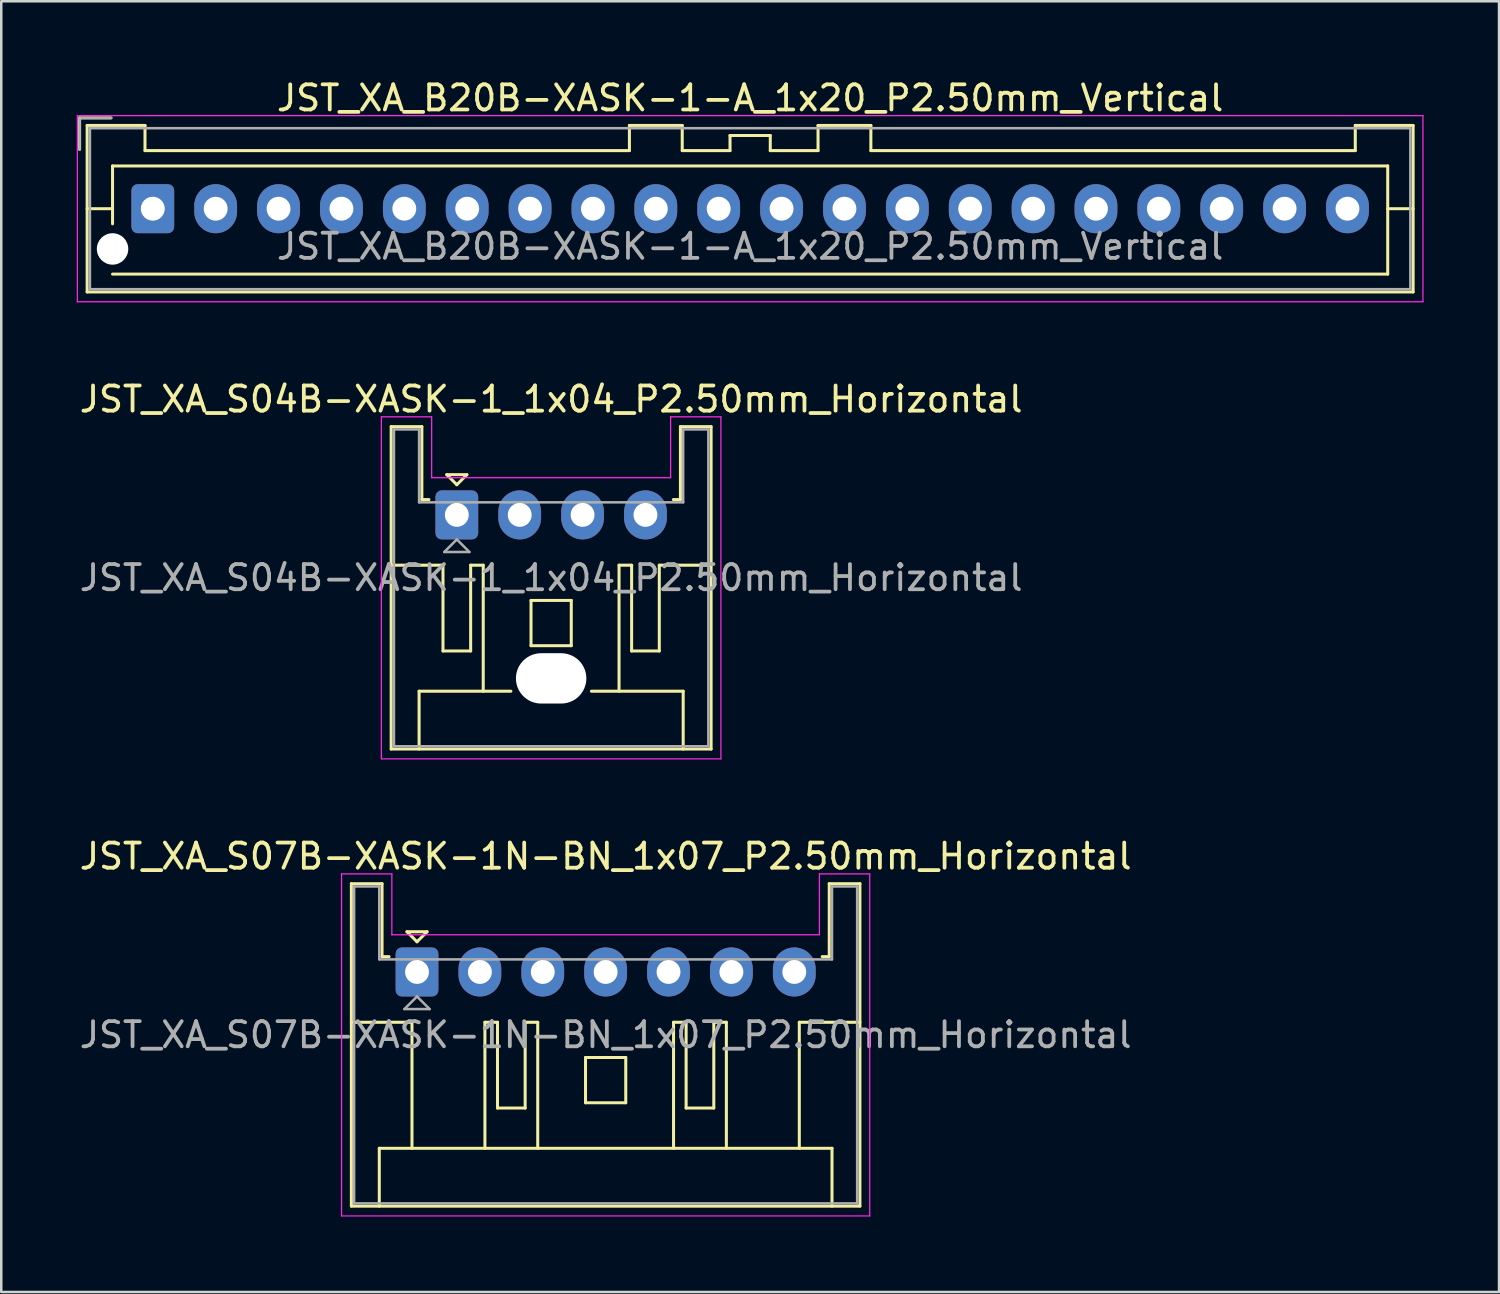
<source format=kicad_pcb>
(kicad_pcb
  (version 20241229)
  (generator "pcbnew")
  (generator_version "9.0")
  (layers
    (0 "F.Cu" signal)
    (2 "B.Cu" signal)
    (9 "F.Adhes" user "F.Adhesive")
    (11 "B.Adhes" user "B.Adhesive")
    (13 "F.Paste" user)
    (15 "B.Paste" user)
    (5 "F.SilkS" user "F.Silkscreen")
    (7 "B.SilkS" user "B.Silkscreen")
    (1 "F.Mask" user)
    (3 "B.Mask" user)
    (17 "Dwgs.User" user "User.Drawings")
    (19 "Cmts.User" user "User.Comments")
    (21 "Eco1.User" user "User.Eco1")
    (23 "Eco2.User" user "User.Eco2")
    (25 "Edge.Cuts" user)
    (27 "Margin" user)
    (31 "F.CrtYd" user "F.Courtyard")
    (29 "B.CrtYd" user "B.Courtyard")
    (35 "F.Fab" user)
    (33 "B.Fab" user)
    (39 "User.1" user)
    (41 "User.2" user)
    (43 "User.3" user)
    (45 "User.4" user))
  (footprint "JST_XA_B20B-XASK-1-A_1x20_P2.50mm_Vertical"
    (layer "F.Cu")
    (at 3.025 5.248)
    (property "Reference" "JST_XA_B20B-XASK-1-A_1x20_P2.50mm_Vertical" (at 23.75 -4.4 0) (layer "F.SilkS") (effects (font (size 1 1) (thickness 0.15))))
    (attr through_hole)
    (fp_line (start -2.91 -3.61) (end -2.91 -2.36) (stroke (width 0.12) (type solid)) (layer "F.SilkS"))
    (fp_line (start -2.61 -3.31) (end -2.61 3.31) (stroke (width 0.12) (type solid)) (layer "F.SilkS"))
    (fp_line (start -2.61 0) (end -1.6 0) (stroke (width 0.12) (type solid)) (layer "F.SilkS"))
    (fp_line (start -2.61 3.31) (end 50.11 3.31) (stroke (width 0.12) (type solid)) (layer "F.SilkS"))
    (fp_line (start -1.66 -3.61) (end -2.91 -3.61) (stroke (width 0.12) (type solid)) (layer "F.SilkS"))
    (fp_line (start -1.6 -1.7) (end 49.1 -1.7) (stroke (width 0.12) (type solid)) (layer "F.SilkS"))
    (fp_line (start -1.6 0.6) (end -1.6 -1.7) (stroke (width 0.12) (type solid)) (layer "F.SilkS"))
    (fp_line (start -0.31 -3.31) (end -2.61 -3.31) (stroke (width 0.12) (type solid)) (layer "F.SilkS"))
    (fp_line (start -0.31 -2.31) (end -0.31 -3.31) (stroke (width 0.12) (type solid)) (layer "F.SilkS"))
    (fp_line (start 18.95 -3.31) (end 18.95 -2.31) (stroke (width 0.12) (type solid)) (layer "F.SilkS"))
    (fp_line (start 18.95 -2.31) (end -0.31 -2.31) (stroke (width 0.12) (type solid)) (layer "F.SilkS"))
    (fp_line (start 21.05 -3.31) (end 18.95 -3.31) (stroke (width 0.12) (type solid)) (layer "F.SilkS"))
    (fp_line (start 21.05 -2.31) (end 21.05 -3.31) (stroke (width 0.12) (type solid)) (layer "F.SilkS"))
    (fp_line (start 22.95 -2.91) (end 22.95 -2.31) (stroke (width 0.12) (type solid)) (layer "F.SilkS"))
    (fp_line (start 22.95 -2.31) (end 21.05 -2.31) (stroke (width 0.12) (type solid)) (layer "F.SilkS"))
    (fp_line (start 24.55 -2.91) (end 22.95 -2.91) (stroke (width 0.12) (type solid)) (layer "F.SilkS"))
    (fp_line (start 24.55 -2.31) (end 24.55 -2.91) (stroke (width 0.12) (type solid)) (layer "F.SilkS"))
    (fp_line (start 26.45 -3.31) (end 26.45 -2.31) (stroke (width 0.12) (type solid)) (layer "F.SilkS"))
    (fp_line (start 26.45 -2.31) (end 24.55 -2.31) (stroke (width 0.12) (type solid)) (layer "F.SilkS"))
    (fp_line (start 28.55 -3.31) (end 26.45 -3.31) (stroke (width 0.12) (type solid)) (layer "F.SilkS"))
    (fp_line (start 28.55 -2.31) (end 28.55 -3.31) (stroke (width 0.12) (type solid)) (layer "F.SilkS"))
    (fp_line (start 47.81 -3.31) (end 47.81 -2.31) (stroke (width 0.12) (type solid)) (layer "F.SilkS"))
    (fp_line (start 47.81 -2.31) (end 28.55 -2.31) (stroke (width 0.12) (type solid)) (layer "F.SilkS"))
    (fp_line (start 49.1 -1.7) (end 49.1 2.6) (stroke (width 0.12) (type solid)) (layer "F.SilkS"))
    (fp_line (start 49.1 2.6) (end -1.6 2.6) (stroke (width 0.12) (type solid)) (layer "F.SilkS"))
    (fp_line (start 50.11 -3.31) (end 47.81 -3.31) (stroke (width 0.12) (type solid)) (layer "F.SilkS"))
    (fp_line (start 50.11 0) (end 49.1 0) (stroke (width 0.12) (type solid)) (layer "F.SilkS"))
    (fp_line (start 50.11 3.31) (end 50.11 -3.31) (stroke (width 0.12) (type solid)) (layer "F.SilkS"))
    (fp_line (start -3 -3.7) (end -3 3.7) (stroke (width 0.05) (type solid)) (layer "F.CrtYd"))
    (fp_line (start -3 3.7) (end 50.5 3.7) (stroke (width 0.05) (type solid)) (layer "F.CrtYd"))
    (fp_line (start 50.5 -3.7) (end -3 -3.7) (stroke (width 0.05) (type solid)) (layer "F.CrtYd"))
    (fp_line (start 50.5 3.7) (end 50.5 -3.7) (stroke (width 0.05) (type solid)) (layer "F.CrtYd"))
    (fp_line (start -2.91 -3.61) (end -2.91 -2.36) (stroke (width 0.1) (type solid)) (layer "F.Fab"))
    (fp_line (start -2.5 -3.2) (end -2.5 3.2) (stroke (width 0.1) (type solid)) (layer "F.Fab"))
    (fp_line (start -2.5 3.2) (end 50 3.2) (stroke (width 0.1) (type solid)) (layer "F.Fab"))
    (fp_line (start -1.66 -3.61) (end -2.91 -3.61) (stroke (width 0.1) (type solid)) (layer "F.Fab"))
    (fp_line (start 50 -3.2) (end -2.5 -3.2) (stroke (width 0.1) (type solid)) (layer "F.Fab"))
    (fp_line (start 50 3.2) (end 50 -3.2) (stroke (width 0.1) (type solid)) (layer "F.Fab"))
    (fp_text user "${REFERENCE}" (at 23.75 1.5 0) (layer "F.Fab") (effects (font (size 1 1) (thickness 0.15))))
    (pad "" np_thru_hole circle (at -1.6 1.6) (size 1.25 1.25) (drill 1.25) (layers "*.Cu" "*.Mask"))
    (pad "1" thru_hole roundrect (at 0 0) (size 1.7 1.95) (drill 0.95) (layers "*.Cu" "*.Mask") (roundrect_rratio 0.147))
    (pad "2" thru_hole oval (at 2.5 0) (size 1.7 1.95) (drill 0.95) (layers "*.Cu" "*.Mask"))
    (pad "3" thru_hole oval (at 5 0) (size 1.7 1.95) (drill 0.95) (layers "*.Cu" "*.Mask"))
    (pad "4" thru_hole oval (at 7.5 0) (size 1.7 1.95) (drill 0.95) (layers "*.Cu" "*.Mask"))
    (pad "5" thru_hole oval (at 10 0) (size 1.7 1.95) (drill 0.95) (layers "*.Cu" "*.Mask"))
    (pad "6" thru_hole oval (at 12.5 0) (size 1.7 1.95) (drill 0.95) (layers "*.Cu" "*.Mask"))
    (pad "7" thru_hole oval (at 15 0) (size 1.7 1.95) (drill 0.95) (layers "*.Cu" "*.Mask"))
    (pad "8" thru_hole oval (at 17.5 0) (size 1.7 1.95) (drill 0.95) (layers "*.Cu" "*.Mask"))
    (pad "9" thru_hole oval (at 20 0) (size 1.7 1.95) (drill 0.95) (layers "*.Cu" "*.Mask"))
    (pad "10" thru_hole oval (at 22.5 0) (size 1.7 1.95) (drill 0.95) (layers "*.Cu" "*.Mask"))
    (pad "11" thru_hole oval (at 25 0) (size 1.7 1.95) (drill 0.95) (layers "*.Cu" "*.Mask"))
    (pad "12" thru_hole oval (at 27.5 0) (size 1.7 1.95) (drill 0.95) (layers "*.Cu" "*.Mask"))
    (pad "13" thru_hole oval (at 30 0) (size 1.7 1.95) (drill 0.95) (layers "*.Cu" "*.Mask"))
    (pad "14" thru_hole oval (at 32.5 0) (size 1.7 1.95) (drill 0.95) (layers "*.Cu" "*.Mask"))
    (pad "15" thru_hole oval (at 35 0) (size 1.7 1.95) (drill 0.95) (layers "*.Cu" "*.Mask"))
    (pad "16" thru_hole oval (at 37.5 0) (size 1.7 1.95) (drill 0.95) (layers "*.Cu" "*.Mask"))
    (pad "17" thru_hole oval (at 40 0) (size 1.7 1.95) (drill 0.95) (layers "*.Cu" "*.Mask"))
    (pad "18" thru_hole oval (at 42.5 0) (size 1.7 1.95) (drill 0.95) (layers "*.Cu" "*.Mask"))
    (pad "19" thru_hole oval (at 45 0) (size 1.7 1.95) (drill 0.95) (layers "*.Cu" "*.Mask"))
    (pad "20" thru_hole oval (at 47.5 0) (size 1.7 1.95) (drill 0.95) (layers "*.Cu" "*.Mask")))
  (footprint "JST_XA_S04B-XASK-1_1x04_P2.50mm_Horizontal"
    (layer "F.Cu")
    (at 15.113 17.422)
    (property "Reference" "JST_XA_S04B-XASK-1_1x04_P2.50mm_Horizontal" (at 3.75 -4.6 0) (layer "F.SilkS") (effects (font (size 1 1) (thickness 0.15))))
    (attr through_hole)
    (fp_line (start -2.61 -3.51) (end -2.61 9.31) (stroke (width 0.12) (type solid)) (layer "F.SilkS"))
    (fp_line (start -2.61 9.31) (end 10.11 9.31) (stroke (width 0.12) (type solid)) (layer "F.SilkS"))
    (fp_line (start -1.5 7.01) (end 2.15 7.01) (stroke (width 0.12) (type solid)) (layer "F.SilkS"))
    (fp_line (start -1.5 9.31) (end -1.5 7.01) (stroke (width 0.12) (type solid)) (layer "F.SilkS"))
    (fp_line (start -1.39 -3.51) (end -2.61 -3.51) (stroke (width 0.12) (type solid)) (layer "F.SilkS"))
    (fp_line (start -1.39 -0.61) (end -1.39 -3.51) (stroke (width 0.12) (type solid)) (layer "F.SilkS"))
    (fp_line (start -1.11 -0.61) (end -1.39 -0.61) (stroke (width 0.12) (type solid)) (layer "F.SilkS"))
    (fp_line (start -0.55 2) (end -2.61 2) (stroke (width 0.12) (type solid)) (layer "F.SilkS"))
    (fp_line (start -0.55 5.41) (end -0.55 2) (stroke (width 0.12) (type solid)) (layer "F.SilkS"))
    (fp_line (start -0.4 -1.6) (end 0.4 -1.6) (stroke (width 0.12) (type solid)) (layer "F.SilkS"))
    (fp_line (start 0 -1.2) (end -0.4 -1.6) (stroke (width 0.12) (type solid)) (layer "F.SilkS"))
    (fp_line (start 0.4 -1.6) (end 0 -1.2) (stroke (width 0.12) (type solid)) (layer "F.SilkS"))
    (fp_line (start 0.55 2) (end 0.55 5.41) (stroke (width 0.12) (type solid)) (layer "F.SilkS"))
    (fp_line (start 0.55 5.41) (end -0.55 5.41) (stroke (width 0.12) (type solid)) (layer "F.SilkS"))
    (fp_line (start 1.05 2) (end 0.55 2) (stroke (width 0.12) (type solid)) (layer "F.SilkS"))
    (fp_line (start 1.05 7.01) (end 1.05 2) (stroke (width 0.12) (type solid)) (layer "F.SilkS"))
    (fp_line (start 2.95 3.4) (end 4.55 3.4) (stroke (width 0.12) (type solid)) (layer "F.SilkS"))
    (fp_line (start 2.95 5.2) (end 2.95 3.4) (stroke (width 0.12) (type solid)) (layer "F.SilkS"))
    (fp_line (start 4.55 3.4) (end 4.55 5.2) (stroke (width 0.12) (type solid)) (layer "F.SilkS"))
    (fp_line (start 4.55 5.2) (end 2.95 5.2) (stroke (width 0.12) (type solid)) (layer "F.SilkS"))
    (fp_line (start 5.35 7.01) (end 9 7.01) (stroke (width 0.12) (type solid)) (layer "F.SilkS"))
    (fp_line (start 6.45 2) (end 6.95 2) (stroke (width 0.12) (type solid)) (layer "F.SilkS"))
    (fp_line (start 6.45 7.01) (end 6.45 2) (stroke (width 0.12) (type solid)) (layer "F.SilkS"))
    (fp_line (start 6.95 2) (end 6.95 5.41) (stroke (width 0.12) (type solid)) (layer "F.SilkS"))
    (fp_line (start 6.95 5.41) (end 8.05 5.41) (stroke (width 0.12) (type solid)) (layer "F.SilkS"))
    (fp_line (start 8.05 2) (end 10.11 2) (stroke (width 0.12) (type solid)) (layer "F.SilkS"))
    (fp_line (start 8.05 5.41) (end 8.05 2) (stroke (width 0.12) (type solid)) (layer "F.SilkS"))
    (fp_line (start 8.89 -3.51) (end 8.89 -0.61) (stroke (width 0.12) (type solid)) (layer "F.SilkS"))
    (fp_line (start 8.89 -0.61) (end 8.61 -0.61) (stroke (width 0.12) (type solid)) (layer "F.SilkS"))
    (fp_line (start 9 7.01) (end 9 9.31) (stroke (width 0.12) (type solid)) (layer "F.SilkS"))
    (fp_line (start 10.11 -3.51) (end 8.89 -3.51) (stroke (width 0.12) (type solid)) (layer "F.SilkS"))
    (fp_line (start 10.11 9.31) (end 10.11 -3.51) (stroke (width 0.12) (type solid)) (layer "F.SilkS"))
    (fp_line (start -3 -3.9) (end -3 9.7) (stroke (width 0.05) (type solid)) (layer "F.CrtYd"))
    (fp_line (start -3 9.7) (end 10.5 9.7) (stroke (width 0.05) (type solid)) (layer "F.CrtYd"))
    (fp_line (start -1 -3.9) (end -3 -3.9) (stroke (width 0.05) (type solid)) (layer "F.CrtYd"))
    (fp_line (start -1 -1.48) (end -1 -3.9) (stroke (width 0.05) (type solid)) (layer "F.CrtYd"))
    (fp_line (start 8.5 -3.9) (end 8.5 -1.48) (stroke (width 0.05) (type solid)) (layer "F.CrtYd"))
    (fp_line (start 8.5 -1.48) (end -1 -1.48) (stroke (width 0.05) (type solid)) (layer "F.CrtYd"))
    (fp_line (start 10.5 -3.9) (end 8.5 -3.9) (stroke (width 0.05) (type solid)) (layer "F.CrtYd"))
    (fp_line (start 10.5 9.7) (end 10.5 -3.9) (stroke (width 0.05) (type solid)) (layer "F.CrtYd"))
    (fp_line (start -2.5 -3.4) (end -2.5 9.2) (stroke (width 0.1) (type solid)) (layer "F.Fab"))
    (fp_line (start -2.5 9.2) (end 10 9.2) (stroke (width 0.1) (type solid)) (layer "F.Fab"))
    (fp_line (start -1.5 -3.4) (end -2.5 -3.4) (stroke (width 0.1) (type solid)) (layer "F.Fab"))
    (fp_line (start -1.5 -0.5) (end -1.5 -3.4) (stroke (width 0.1) (type solid)) (layer "F.Fab"))
    (fp_line (start -0.5 1.475) (end 0.5 1.475) (stroke (width 0.1) (type solid)) (layer "F.Fab"))
    (fp_line (start 0 0.975) (end -0.5 1.475) (stroke (width 0.1) (type solid)) (layer "F.Fab"))
    (fp_line (start 0.5 1.475) (end 0 0.975) (stroke (width 0.1) (type solid)) (layer "F.Fab"))
    (fp_line (start 9 -3.4) (end 9 -0.5) (stroke (width 0.1) (type solid)) (layer "F.Fab"))
    (fp_line (start 9 -0.5) (end -1.5 -0.5) (stroke (width 0.1) (type solid)) (layer "F.Fab"))
    (fp_line (start 10 -3.4) (end 9 -3.4) (stroke (width 0.1) (type solid)) (layer "F.Fab"))
    (fp_line (start 10 9.2) (end 10 -3.4) (stroke (width 0.1) (type solid)) (layer "F.Fab"))
    (fp_text user "${REFERENCE}" (at 3.75 2.5 0) (layer "F.Fab") (effects (font (size 1 1) (thickness 0.15))))
    (pad "" np_thru_hole oval (at 3.75 6.5) (size 2.8 2) (drill oval 2.8 2) (layers "*.Cu" "*.Mask"))
    (pad "1" thru_hole roundrect (at 0 0) (size 1.7 1.95) (drill 0.95) (layers "*.Cu" "*.Mask") (roundrect_rratio 0.147))
    (pad "2" thru_hole oval (at 2.5 0) (size 1.7 1.95) (drill 0.95) (layers "*.Cu" "*.Mask"))
    (pad "3" thru_hole oval (at 5 0) (size 1.7 1.95) (drill 0.95) (layers "*.Cu" "*.Mask"))
    (pad "4" thru_hole oval (at 7.5 0) (size 1.7 1.95) (drill 0.95) (layers "*.Cu" "*.Mask")))
  (footprint "JST_XA_S07B-XASK-1N-BN_1x07_P2.50mm_Horizontal"
    (layer "F.Cu")
    (at 13.53 35.595)
    (property "Reference" "JST_XA_S07B-XASK-1N-BN_1x07_P2.50mm_Horizontal" (at 7.5 -4.6 0) (layer "F.SilkS") (effects (font (size 1 1) (thickness 0.15))))
    (attr through_hole)
    (fp_line (start -2.61 -3.51) (end -2.61 9.31) (stroke (width 0.12) (type solid)) (layer "F.SilkS"))
    (fp_line (start -2.61 9.31) (end 17.61 9.31) (stroke (width 0.12) (type solid)) (layer "F.SilkS"))
    (fp_line (start -1.5 7.01) (end 16.5 7.01) (stroke (width 0.12) (type solid)) (layer "F.SilkS"))
    (fp_line (start -1.5 9.31) (end -1.5 7.01) (stroke (width 0.12) (type solid)) (layer "F.SilkS"))
    (fp_line (start -1.39 -3.51) (end -2.61 -3.51) (stroke (width 0.12) (type solid)) (layer "F.SilkS"))
    (fp_line (start -1.39 -0.61) (end -1.39 -3.51) (stroke (width 0.12) (type solid)) (layer "F.SilkS"))
    (fp_line (start -1.11 -0.61) (end -1.39 -0.61) (stroke (width 0.12) (type solid)) (layer "F.SilkS"))
    (fp_line (start -0.4 -1.6) (end 0.4 -1.6) (stroke (width 0.12) (type solid)) (layer "F.SilkS"))
    (fp_line (start -0.2 2) (end -2.61 2) (stroke (width 0.12) (type solid)) (layer "F.SilkS"))
    (fp_line (start -0.2 7.01) (end -0.2 2) (stroke (width 0.12) (type solid)) (layer "F.SilkS"))
    (fp_line (start 0 -1.2) (end -0.4 -1.6) (stroke (width 0.12) (type solid)) (layer "F.SilkS"))
    (fp_line (start 0.4 -1.6) (end 0 -1.2) (stroke (width 0.12) (type solid)) (layer "F.SilkS"))
    (fp_line (start 2.7 2) (end 2.7 7.01) (stroke (width 0.12) (type solid)) (layer "F.SilkS"))
    (fp_line (start 3.2 2) (end 2.7 2) (stroke (width 0.12) (type solid)) (layer "F.SilkS"))
    (fp_line (start 3.2 5.41) (end 3.2 2) (stroke (width 0.12) (type solid)) (layer "F.SilkS"))
    (fp_line (start 4.3 2) (end 4.3 5.41) (stroke (width 0.12) (type solid)) (layer "F.SilkS"))
    (fp_line (start 4.3 5.41) (end 3.2 5.41) (stroke (width 0.12) (type solid)) (layer "F.SilkS"))
    (fp_line (start 4.8 2) (end 4.3 2) (stroke (width 0.12) (type solid)) (layer "F.SilkS"))
    (fp_line (start 4.8 7.01) (end 4.8 2) (stroke (width 0.12) (type solid)) (layer "F.SilkS"))
    (fp_line (start 6.7 3.4) (end 8.3 3.4) (stroke (width 0.12) (type solid)) (layer "F.SilkS"))
    (fp_line (start 6.7 5.2) (end 6.7 3.4) (stroke (width 0.12) (type solid)) (layer "F.SilkS"))
    (fp_line (start 8.3 3.4) (end 8.3 5.2) (stroke (width 0.12) (type solid)) (layer "F.SilkS"))
    (fp_line (start 8.3 5.2) (end 6.7 5.2) (stroke (width 0.12) (type solid)) (layer "F.SilkS"))
    (fp_line (start 10.2 2) (end 10.7 2) (stroke (width 0.12) (type solid)) (layer "F.SilkS"))
    (fp_line (start 10.2 7.01) (end 10.2 2) (stroke (width 0.12) (type solid)) (layer "F.SilkS"))
    (fp_line (start 10.7 2) (end 10.7 5.41) (stroke (width 0.12) (type solid)) (layer "F.SilkS"))
    (fp_line (start 10.7 5.41) (end 11.8 5.41) (stroke (width 0.12) (type solid)) (layer "F.SilkS"))
    (fp_line (start 11.8 2) (end 12.3 2) (stroke (width 0.12) (type solid)) (layer "F.SilkS"))
    (fp_line (start 11.8 5.41) (end 11.8 2) (stroke (width 0.12) (type solid)) (layer "F.SilkS"))
    (fp_line (start 12.3 2) (end 12.3 7.01) (stroke (width 0.12) (type solid)) (layer "F.SilkS"))
    (fp_line (start 15.2 2) (end 17.61 2) (stroke (width 0.12) (type solid)) (layer "F.SilkS"))
    (fp_line (start 15.2 7.01) (end 15.2 2) (stroke (width 0.12) (type solid)) (layer "F.SilkS"))
    (fp_line (start 16.39 -3.51) (end 16.39 -0.61) (stroke (width 0.12) (type solid)) (layer "F.SilkS"))
    (fp_line (start 16.39 -0.61) (end 16.11 -0.61) (stroke (width 0.12) (type solid)) (layer "F.SilkS"))
    (fp_line (start 16.5 7.01) (end 16.5 9.31) (stroke (width 0.12) (type solid)) (layer "F.SilkS"))
    (fp_line (start 17.61 -3.51) (end 16.39 -3.51) (stroke (width 0.12) (type solid)) (layer "F.SilkS"))
    (fp_line (start 17.61 9.31) (end 17.61 -3.51) (stroke (width 0.12) (type solid)) (layer "F.SilkS"))
    (fp_line (start -3 -3.9) (end -3 9.7) (stroke (width 0.05) (type solid)) (layer "F.CrtYd"))
    (fp_line (start -3 9.7) (end 18 9.7) (stroke (width 0.05) (type solid)) (layer "F.CrtYd"))
    (fp_line (start -1 -3.9) (end -3 -3.9) (stroke (width 0.05) (type solid)) (layer "F.CrtYd"))
    (fp_line (start -1 -1.48) (end -1 -3.9) (stroke (width 0.05) (type solid)) (layer "F.CrtYd"))
    (fp_line (start 16 -3.9) (end 16 -1.48) (stroke (width 0.05) (type solid)) (layer "F.CrtYd"))
    (fp_line (start 16 -1.48) (end -1 -1.48) (stroke (width 0.05) (type solid)) (layer "F.CrtYd"))
    (fp_line (start 18 -3.9) (end 16 -3.9) (stroke (width 0.05) (type solid)) (layer "F.CrtYd"))
    (fp_line (start 18 9.7) (end 18 -3.9) (stroke (width 0.05) (type solid)) (layer "F.CrtYd"))
    (fp_line (start -2.5 -3.4) (end -2.5 9.2) (stroke (width 0.1) (type solid)) (layer "F.Fab"))
    (fp_line (start -2.5 9.2) (end 17.5 9.2) (stroke (width 0.1) (type solid)) (layer "F.Fab"))
    (fp_line (start -1.5 -3.4) (end -2.5 -3.4) (stroke (width 0.1) (type solid)) (layer "F.Fab"))
    (fp_line (start -1.5 -0.5) (end -1.5 -3.4) (stroke (width 0.1) (type solid)) (layer "F.Fab"))
    (fp_line (start -0.5 1.475) (end 0.5 1.475) (stroke (width 0.1) (type solid)) (layer "F.Fab"))
    (fp_line (start 0 0.975) (end -0.5 1.475) (stroke (width 0.1) (type solid)) (layer "F.Fab"))
    (fp_line (start 0.5 1.475) (end 0 0.975) (stroke (width 0.1) (type solid)) (layer "F.Fab"))
    (fp_line (start 16.5 -3.4) (end 16.5 -0.5) (stroke (width 0.1) (type solid)) (layer "F.Fab"))
    (fp_line (start 16.5 -0.5) (end -1.5 -0.5) (stroke (width 0.1) (type solid)) (layer "F.Fab"))
    (fp_line (start 17.5 -3.4) (end 16.5 -3.4) (stroke (width 0.1) (type solid)) (layer "F.Fab"))
    (fp_line (start 17.5 9.2) (end 17.5 -3.4) (stroke (width 0.1) (type solid)) (layer "F.Fab"))
    (fp_text user "${REFERENCE}" (at 7.5 2.5 0) (layer "F.Fab") (effects (font (size 1 1) (thickness 0.15))))
    (pad "1" thru_hole roundrect (at 0 0) (size 1.7 1.95) (drill 0.95) (layers "*.Cu" "*.Mask") (roundrect_rratio 0.147))
    (pad "2" thru_hole oval (at 2.5 0) (size 1.7 1.95) (drill 0.95) (layers "*.Cu" "*.Mask"))
    (pad "3" thru_hole oval (at 5 0) (size 1.7 1.95) (drill 0.95) (layers "*.Cu" "*.Mask"))
    (pad "4" thru_hole oval (at 7.5 0) (size 1.7 1.95) (drill 0.95) (layers "*.Cu" "*.Mask"))
    (pad "5" thru_hole oval (at 10 0) (size 1.7 1.95) (drill 0.95) (layers "*.Cu" "*.Mask"))
    (pad "6" thru_hole oval (at 12.5 0) (size 1.7 1.95) (drill 0.95) (layers "*.Cu" "*.Mask"))
    (pad "7" thru_hole oval (at 15 0) (size 1.7 1.95) (drill 0.95) (layers "*.Cu" "*.Mask")))
  (gr_rect
    (start -3 -3)
    (end 56.55 48.32)
    (stroke (width 0.1) (type default))
    (fill no)
    (layer "Edge.Cuts")))
</source>
